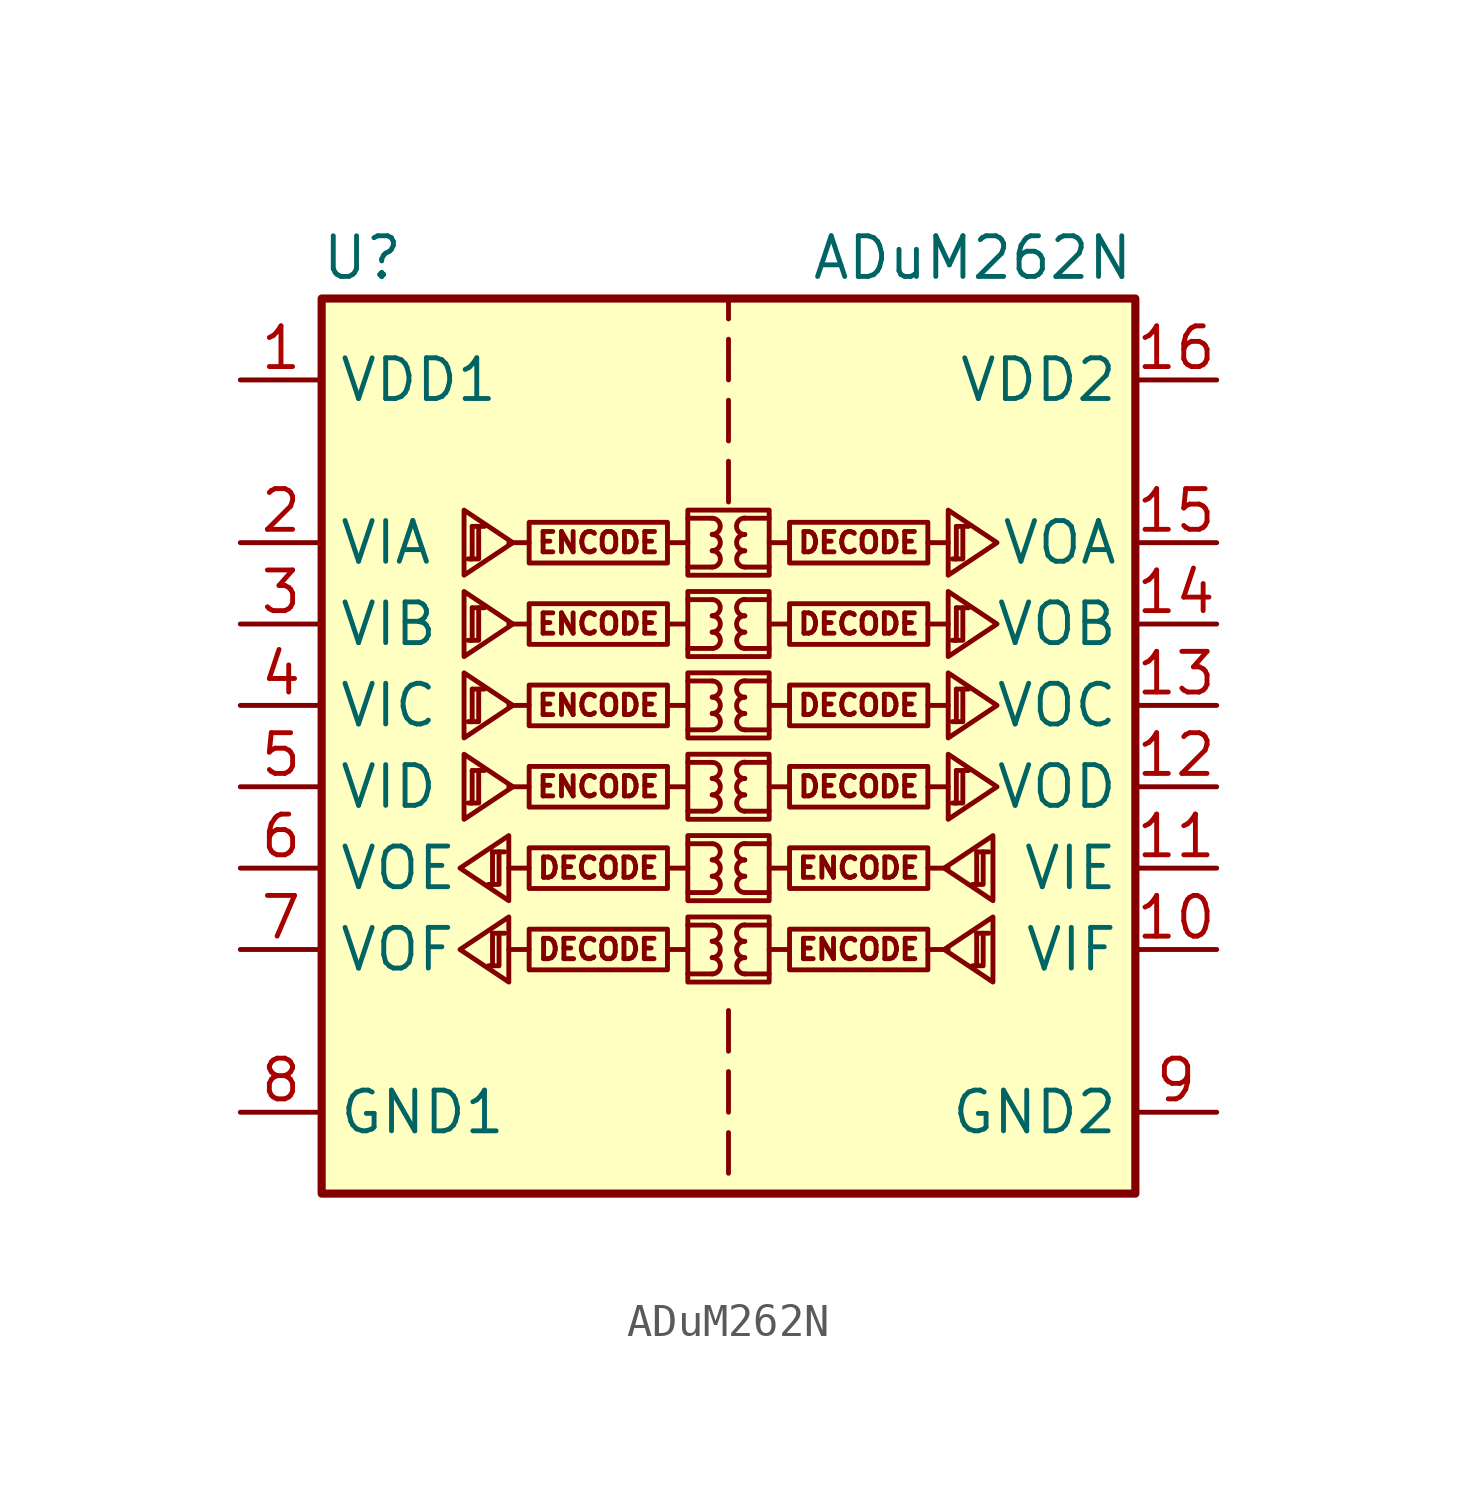
<source format=kicad_sym>
(kicad_symbol_lib
  (version 20201005)
  (generator kicad_symbol_editor)
  (symbol "Isolator_Digital:ADuM262N"
    (property "Reference" "U"
      (at -11.43 16.51 0)
      (effects (font (size 1.27 1.27))))
    (property "Value" "ADuM262N"
      (at 7.62 16.51 0)
      (effects (font (size 1.27 1.27))))
    (symbol "ADuM262N_1_0"
      (arc (start -0.508 -5.842) (end -0.508 -5.334) (radius (at -0.508 -5.588) (length 0.254) (angles -89.9 89.9)) (stroke (width 0)) (fill (type none)))
      (arc (start -0.508 -5.334) (end -0.508 -4.826) (radius (at -0.508 -5.08) (length 0.254) (angles -89.9 89.9)) (stroke (width 0)) (fill (type none)))
      (arc (start -0.508 -4.826) (end -0.508 -4.318) (radius (at -0.508 -4.572) (length 0.254) (angles -89.9 89.9)) (stroke (width 0)) (fill (type none)))
      (arc (start -0.508 -3.302) (end -0.508 -2.794) (radius (at -0.508 -3.048) (length 0.254) (angles -89.9 89.9)) (stroke (width 0)) (fill (type none)))
      (arc (start -0.508 -2.794) (end -0.508 -2.286) (radius (at -0.508 -2.54) (length 0.254) (angles -89.9 89.9)) (stroke (width 0)) (fill (type none)))
      (arc (start -0.508 -2.286) (end -0.508 -1.778) (radius (at -0.508 -2.032) (length 0.254) (angles -89.9 89.9)) (stroke (width 0)) (fill (type none)))
      (arc (start -0.508 -0.762) (end -0.508 -0.254) (radius (at -0.508 -0.508) (length 0.254) (angles -89.9 89.9)) (stroke (width 0)) (fill (type none)))
      (arc (start -0.508 -0.254) (end -0.508 0.254) (radius (at -0.508 0) (length 0.254) (angles -89.9 89.9)) (stroke (width 0)) (fill (type none)))
      (arc (start -0.508 0.254) (end -0.508 0.762) (radius (at -0.508 0.508) (length 0.254) (angles -89.9 89.9)) (stroke (width 0)) (fill (type none)))
      (arc (start -0.508 1.778) (end -0.508 2.286) (radius (at -0.508 2.032) (length 0.254) (angles -89.9 89.9)) (stroke (width 0)) (fill (type none)))
      (arc (start -0.508 2.286) (end -0.508 2.794) (radius (at -0.508 2.54) (length 0.254) (angles -89.9 89.9)) (stroke (width 0)) (fill (type none)))
      (arc (start -0.508 2.794) (end -0.508 3.302) (radius (at -0.508 3.048) (length 0.254) (angles -89.9 89.9)) (stroke (width 0)) (fill (type none)))
      (arc (start -0.508 4.318) (end -0.508 4.826) (radius (at -0.508 4.572) (length 0.254) (angles -89.9 89.9)) (stroke (width 0)) (fill (type none)))
      (arc (start -0.508 4.826) (end -0.508 5.334) (radius (at -0.508 5.08) (length 0.254) (angles -89.9 89.9)) (stroke (width 0)) (fill (type none)))
      (arc (start -0.508 5.334) (end -0.508 5.842) (radius (at -0.508 5.588) (length 0.254) (angles -89.9 89.9)) (stroke (width 0)) (fill (type none)))
      (arc (start -0.508 6.858) (end -0.508 7.366) (radius (at -0.508 7.112) (length 0.254) (angles -89.9 89.9)) (stroke (width 0)) (fill (type none)))
      (arc (start -0.508 7.366) (end -0.508 7.874) (radius (at -0.508 7.62) (length 0.254) (angles -89.9 89.9)) (stroke (width 0)) (fill (type none)))
      (arc (start -0.508 7.874) (end -0.508 8.382) (radius (at -0.508 8.128) (length 0.254) (angles -89.9 89.9)) (stroke (width 0)) (fill (type none)))
      (arc (start 0.508 -5.334) (end 0.508 -5.842) (radius (at 0.508 -5.588) (length 0.254) (angles 90.1 -90.1)) (stroke (width 0)) (fill (type none)))
      (arc (start 0.508 -4.826) (end 0.508 -5.334) (radius (at 0.508 -5.08) (length 0.254) (angles 90.1 -90.1)) (stroke (width 0)) (fill (type none)))
      (arc (start 0.508 -4.318) (end 0.508 -4.826) (radius (at 0.508 -4.572) (length 0.254) (angles 90.1 -90.1)) (stroke (width 0)) (fill (type none)))
      (arc (start 0.508 -2.794) (end 0.508 -3.302) (radius (at 0.508 -3.048) (length 0.254) (angles 90.1 -90.1)) (stroke (width 0)) (fill (type none)))
      (arc (start 0.508 -2.286) (end 0.508 -2.794) (radius (at 0.508 -2.54) (length 0.254) (angles 90.1 -90.1)) (stroke (width 0)) (fill (type none)))
      (arc (start 0.508 -1.778) (end 0.508 -2.286) (radius (at 0.508 -2.032) (length 0.254) (angles 90.1 -90.1)) (stroke (width 0)) (fill (type none)))
      (arc (start 0.508 -0.254) (end 0.508 -0.762) (radius (at 0.508 -0.508) (length 0.254) (angles 90.1 -90.1)) (stroke (width 0)) (fill (type none)))
      (arc (start 0.508 0.254) (end 0.508 -0.254) (radius (at 0.508 0) (length 0.254) (angles 90.1 -90.1)) (stroke (width 0)) (fill (type none)))
      (arc (start 0.508 0.762) (end 0.508 0.254) (radius (at 0.508 0.508) (length 0.254) (angles 90.1 -90.1)) (stroke (width 0)) (fill (type none)))
      (arc (start 0.508 2.286) (end 0.508 1.778) (radius (at 0.508 2.032) (length 0.254) (angles 90.1 -90.1)) (stroke (width 0)) (fill (type none)))
      (arc (start 0.508 2.794) (end 0.508 2.286) (radius (at 0.508 2.54) (length 0.254) (angles 90.1 -90.1)) (stroke (width 0)) (fill (type none)))
      (arc (start 0.508 3.302) (end 0.508 2.794) (radius (at 0.508 3.048) (length 0.254) (angles 90.1 -90.1)) (stroke (width 0)) (fill (type none)))
      (arc (start 0.508 4.826) (end 0.508 4.318) (radius (at 0.508 4.572) (length 0.254) (angles 90.1 -90.1)) (stroke (width 0)) (fill (type none)))
      (arc (start 0.508 5.334) (end 0.508 4.826) (radius (at 0.508 5.08) (length 0.254) (angles 90.1 -90.1)) (stroke (width 0)) (fill (type none)))
      (arc (start 0.508 5.842) (end 0.508 5.334) (radius (at 0.508 5.588) (length 0.254) (angles 90.1 -90.1)) (stroke (width 0)) (fill (type none)))
      (arc (start 0.508 7.366) (end 0.508 6.858) (radius (at 0.508 7.112) (length 0.254) (angles 90.1 -90.1)) (stroke (width 0)) (fill (type none)))
      (arc (start 0.508 7.874) (end 0.508 7.366) (radius (at 0.508 7.62) (length 0.254) (angles 90.1 -90.1)) (stroke (width 0)) (fill (type none)))
      (arc (start 0.508 8.382) (end 0.508 7.874) (radius (at 0.508 8.128) (length 0.254) (angles 90.1 -90.1)) (stroke (width 0)) (fill (type none)))
      (text "DECODE" (at -4.064 -5.08 0) (effects (font (size 0.635 0.635))))
      (text "DECODE" (at -4.064 -2.54 0) (effects (font (size 0.635 0.635))))
      (text "DECODE" (at 4.064 0 0) (effects (font (size 0.635 0.635))))
      (text "DECODE" (at 4.064 2.54 0) (effects (font (size 0.635 0.635))))
      (text "DECODE" (at 4.064 5.08 0) (effects (font (size 0.635 0.635))))
      (text "DECODE" (at 4.064 7.62 0) (effects (font (size 0.635 0.635))))
      (text "ENCODE" (at -4.064 0 0) (effects (font (size 0.635 0.635))))
      (text "ENCODE" (at -4.064 2.54 0) (effects (font (size 0.635 0.635))))
      (text "ENCODE" (at -4.064 5.08 0) (effects (font (size 0.635 0.635))))
      (text "ENCODE" (at -4.064 7.62 0) (effects (font (size 0.635 0.635))))
      (text "ENCODE" (at 4.064 -5.08 0) (effects (font (size 0.635 0.635))))
      (text "ENCODE" (at 4.064 -2.54 0) (effects (font (size 0.635 0.635))))
      (rectangle (start -1.27 -4.064) (end 1.27 -6.096) (stroke (width 0)) (fill (type none)))
      (rectangle (start -1.27 -1.524) (end 1.27 -3.556) (stroke (width 0)) (fill (type none)))
      (rectangle (start -1.27 1.016) (end 1.27 -1.016) (stroke (width 0)) (fill (type none)))
      (rectangle (start -1.27 3.556) (end 1.27 1.524) (stroke (width 0)) (fill (type none)))
      (rectangle (start -1.27 6.096) (end 1.27 4.064) (stroke (width 0)) (fill (type none)))
      (rectangle (start -1.27 8.636) (end 1.27 6.604) (stroke (width 0)) (fill (type none)))
      (rectangle (start 1.905 -4.445) (end 6.223 -5.715) (stroke (width 0)) (fill (type none)))
      (rectangle (start 1.905 -1.905) (end 6.223 -3.175) (stroke (width 0)) (fill (type none)))
      (rectangle (start 1.905 0.635) (end 6.223 -0.635) (stroke (width 0)) (fill (type none)))
      (rectangle (start 1.905 3.175) (end 6.223 1.905) (stroke (width 0)) (fill (type none)))
      (rectangle (start 1.905 5.715) (end 6.223 4.445) (stroke (width 0)) (fill (type none)))
      (rectangle (start 1.905 8.255) (end 6.223 6.985) (stroke (width 0)) (fill (type none)))
      (polyline (pts (xy -6.223 -5.08) (xy -6.858 -5.08)) (stroke (width 0)) (fill (type none)))
      (polyline (pts (xy -6.223 -2.54) (xy -6.858 -2.54)) (stroke (width 0)) (fill (type none)))
      (polyline (pts (xy -6.223 0) (xy -6.858 0)) (stroke (width 0)) (fill (type none)))
      (polyline (pts (xy -6.223 2.54) (xy -6.858 2.54)) (stroke (width 0)) (fill (type none)))
      (polyline (pts (xy -6.223 5.08) (xy -6.858 5.08)) (stroke (width 0)) (fill (type none)))
      (polyline (pts (xy -6.223 7.62) (xy -6.858 7.62)) (stroke (width 0)) (fill (type none)))
      (polyline (pts (xy -1.905 -5.08) (xy -1.27 -5.08)) (stroke (width 0)) (fill (type none)))
      (polyline (pts (xy -1.905 -2.54) (xy -1.27 -2.54)) (stroke (width 0)) (fill (type none)))
      (polyline (pts (xy -1.905 0) (xy -1.27 0)) (stroke (width 0)) (fill (type none)))
      (polyline (pts (xy -1.905 2.54) (xy -1.27 2.54)) (stroke (width 0)) (fill (type none)))
      (polyline (pts (xy -1.905 5.08) (xy -1.27 5.08)) (stroke (width 0)) (fill (type none)))
      (polyline (pts (xy -1.905 7.62) (xy -1.27 7.62)) (stroke (width 0)) (fill (type none)))
      (polyline (pts (xy -1.27 -5.842) (xy -0.508 -5.842)) (stroke (width 0)) (fill (type none)))
      (polyline (pts (xy -1.27 -4.318) (xy -0.508 -4.318)) (stroke (width 0)) (fill (type none)))
      (polyline (pts (xy -1.27 -3.302) (xy -0.508 -3.302)) (stroke (width 0)) (fill (type none)))
      (polyline (pts (xy -1.27 -1.778) (xy -0.508 -1.778)) (stroke (width 0)) (fill (type none)))
      (polyline (pts (xy -1.27 -0.762) (xy -0.508 -0.762)) (stroke (width 0)) (fill (type none)))
      (polyline (pts (xy -1.27 0.762) (xy -0.508 0.762)) (stroke (width 0)) (fill (type none)))
      (polyline (pts (xy -1.27 1.778) (xy -0.508 1.778)) (stroke (width 0)) (fill (type none)))
      (polyline (pts (xy -1.27 3.302) (xy -0.508 3.302)) (stroke (width 0)) (fill (type none)))
      (polyline (pts (xy -1.27 4.318) (xy -0.508 4.318)) (stroke (width 0)) (fill (type none)))
      (polyline (pts (xy -1.27 5.842) (xy -0.508 5.842)) (stroke (width 0)) (fill (type none)))
      (polyline (pts (xy -1.27 6.858) (xy -0.508 6.858)) (stroke (width 0)) (fill (type none)))
      (polyline (pts (xy -1.27 8.382) (xy -0.508 8.382)) (stroke (width 0)) (fill (type none)))
      (polyline (pts (xy 0 -10.795) (xy 0 -12.065)) (stroke (width 0)) (fill (type none)))
      (polyline (pts (xy 0 -8.89) (xy 0 -10.16)) (stroke (width 0)) (fill (type none)))
      (polyline (pts (xy 0 -6.985) (xy 0 -8.255)) (stroke (width 0)) (fill (type none)))
      (polyline (pts (xy 0 8.89) (xy 0 10.16)) (stroke (width 0)) (fill (type none)))
      (polyline (pts (xy 0 10.795) (xy 0 12.065)) (stroke (width 0)) (fill (type none)))
      (polyline (pts (xy 0 12.7) (xy 0 13.97)) (stroke (width 0)) (fill (type none)))
      (polyline (pts (xy 0 15.24) (xy 0 14.605)) (stroke (width 0)) (fill (type none)))
      (polyline (pts (xy 1.27 -5.842) (xy 0.508 -5.842)) (stroke (width 0)) (fill (type none)))
      (polyline (pts (xy 1.27 -4.318) (xy 0.508 -4.318)) (stroke (width 0)) (fill (type none)))
      (polyline (pts (xy 1.27 -3.302) (xy 0.508 -3.302)) (stroke (width 0)) (fill (type none)))
      (polyline (pts (xy 1.27 -1.778) (xy 0.508 -1.778)) (stroke (width 0)) (fill (type none)))
      (polyline (pts (xy 1.27 -0.762) (xy 0.508 -0.762)) (stroke (width 0)) (fill (type none)))
      (polyline (pts (xy 1.27 0.762) (xy 0.508 0.762)) (stroke (width 0)) (fill (type none)))
      (polyline (pts (xy 1.27 1.778) (xy 0.508 1.778)) (stroke (width 0)) (fill (type none)))
      (polyline (pts (xy 1.27 3.302) (xy 0.508 3.302)) (stroke (width 0)) (fill (type none)))
      (polyline (pts (xy 1.27 4.318) (xy 0.508 4.318)) (stroke (width 0)) (fill (type none)))
      (polyline (pts (xy 1.27 5.842) (xy 0.508 5.842)) (stroke (width 0)) (fill (type none)))
      (polyline (pts (xy 1.27 6.858) (xy 0.508 6.858)) (stroke (width 0)) (fill (type none)))
      (polyline (pts (xy 1.27 8.382) (xy 0.508 8.382)) (stroke (width 0)) (fill (type none)))
      (polyline (pts (xy 1.905 -5.08) (xy 1.27 -5.08)) (stroke (width 0)) (fill (type none)))
      (polyline (pts (xy 1.905 -2.54) (xy 1.27 -2.54)) (stroke (width 0)) (fill (type none)))
      (polyline (pts (xy 1.905 0) (xy 1.27 0)) (stroke (width 0)) (fill (type none)))
      (polyline (pts (xy 1.905 2.54) (xy 1.27 2.54)) (stroke (width 0)) (fill (type none)))
      (polyline (pts (xy 1.905 5.08) (xy 1.27 5.08)) (stroke (width 0)) (fill (type none)))
      (polyline (pts (xy 1.905 7.62) (xy 1.27 7.62)) (stroke (width 0)) (fill (type none)))
      (polyline (pts (xy 6.223 -5.08) (xy 6.858 -5.08)) (stroke (width 0)) (fill (type none)))
      (polyline (pts (xy 6.223 -2.54) (xy 6.858 -2.54)) (stroke (width 0)) (fill (type none)))
      (polyline (pts (xy 6.223 0) (xy 6.858 0)) (stroke (width 0)) (fill (type none)))
      (polyline (pts (xy 6.223 2.54) (xy 6.858 2.54)) (stroke (width 0)) (fill (type none)))
      (polyline (pts (xy 6.223 5.08) (xy 6.858 5.08)) (stroke (width 0)) (fill (type none)))
      (polyline (pts (xy 6.223 7.62) (xy 6.858 7.62)) (stroke (width 0)) (fill (type none))))
    (symbol "ADuM262N_1_1"
      (rectangle (start -1.905 -4.445) (end -6.223 -5.715) (stroke (width 0)) (fill (type none)))
      (rectangle (start -1.905 -1.905) (end -6.223 -3.175) (stroke (width 0)) (fill (type none)))
      (rectangle (start -1.905 0.635) (end -6.223 -0.635) (stroke (width 0)) (fill (type none)))
      (rectangle (start -1.905 3.175) (end -6.223 1.905) (stroke (width 0)) (fill (type none)))
      (rectangle (start -1.905 5.715) (end -6.223 4.445) (stroke (width 0)) (fill (type none)))
      (rectangle (start -1.905 8.255) (end -6.223 6.985) (stroke (width 0)) (fill (type none)))
      (rectangle (start -12.7 15.24) (end 12.7 -12.7) (stroke (width 0.254)) (fill (type background)))
      (polyline (pts (xy -8.001 0.508) (xy -7.62 0.508)) (stroke (width 0)) (fill (type none)))
      (polyline (pts (xy -8.001 3.048) (xy -7.62 3.048)) (stroke (width 0)) (fill (type none)))
      (polyline (pts (xy -8.001 5.588) (xy -7.62 5.588)) (stroke (width 0)) (fill (type none)))
      (polyline (pts (xy -8.001 8.128) (xy -7.62 8.128)) (stroke (width 0)) (fill (type none)))
      (polyline (pts (xy -7.366 -4.572) (xy -6.985 -4.572)) (stroke (width 0)) (fill (type none)))
      (polyline (pts (xy -7.366 -2.032) (xy -6.985 -2.032)) (stroke (width 0)) (fill (type none)))
      (polyline (pts (xy 7.112 0.508) (xy 7.493 0.508)) (stroke (width 0)) (fill (type none)))
      (polyline (pts (xy 7.112 3.048) (xy 7.493 3.048)) (stroke (width 0)) (fill (type none)))
      (polyline (pts (xy 7.112 5.588) (xy 7.493 5.588)) (stroke (width 0)) (fill (type none)))
      (polyline (pts (xy 7.112 8.128) (xy 7.493 8.128)) (stroke (width 0)) (fill (type none)))
      (polyline (pts (xy 7.747 -4.572) (xy 8.128 -4.572)) (stroke (width 0)) (fill (type none)))
      (polyline (pts (xy 7.747 -2.032) (xy 8.128 -2.032)) (stroke (width 0)) (fill (type none)))
      (polyline (pts (xy -8.052 -0.508) (xy -7.798 -0.508) (xy -7.798 0.508)) (stroke (width 0)) (fill (type none)))
      (polyline (pts (xy -8.052 2.032) (xy -7.798 2.032) (xy -7.798 3.048)) (stroke (width 0)) (fill (type none)))
      (polyline (pts (xy -8.052 4.572) (xy -7.798 4.572) (xy -7.798 5.588)) (stroke (width 0)) (fill (type none)))
      (polyline (pts (xy -8.052 7.112) (xy -7.798 7.112) (xy -7.798 8.128)) (stroke (width 0)) (fill (type none)))
      (polyline (pts (xy -8.001 0.508) (xy -8.001 -0.508) (xy -8.128 -0.508)) (stroke (width 0)) (fill (type none)))
      (polyline (pts (xy -8.001 3.048) (xy -8.001 2.032) (xy -8.128 2.032)) (stroke (width 0)) (fill (type none)))
      (polyline (pts (xy -8.001 5.588) (xy -8.001 4.572) (xy -8.128 4.572)) (stroke (width 0)) (fill (type none)))
      (polyline (pts (xy -8.001 8.128) (xy -8.001 7.112) (xy -8.128 7.112)) (stroke (width 0)) (fill (type none)))
      (polyline (pts (xy -7.417 -5.588) (xy -7.163 -5.588) (xy -7.163 -4.572)) (stroke (width 0)) (fill (type none)))
      (polyline (pts (xy -7.417 -3.048) (xy -7.163 -3.048) (xy -7.163 -2.032)) (stroke (width 0)) (fill (type none)))
      (polyline (pts (xy -7.366 -4.572) (xy -7.366 -5.588) (xy -7.493 -5.588)) (stroke (width 0)) (fill (type none)))
      (polyline (pts (xy -7.366 -2.032) (xy -7.366 -3.048) (xy -7.493 -3.048)) (stroke (width 0)) (fill (type none)))
      (polyline (pts (xy 7.061 -0.508) (xy 7.315 -0.508) (xy 7.315 0.508)) (stroke (width 0)) (fill (type none)))
      (polyline (pts (xy 7.061 2.032) (xy 7.315 2.032) (xy 7.315 3.048)) (stroke (width 0)) (fill (type none)))
      (polyline (pts (xy 7.061 4.572) (xy 7.315 4.572) (xy 7.315 5.588)) (stroke (width 0)) (fill (type none)))
      (polyline (pts (xy 7.061 7.112) (xy 7.315 7.112) (xy 7.315 8.128)) (stroke (width 0)) (fill (type none)))
      (polyline (pts (xy 7.112 0.508) (xy 7.112 -0.508) (xy 6.985 -0.508)) (stroke (width 0)) (fill (type none)))
      (polyline (pts (xy 7.112 3.048) (xy 7.112 2.032) (xy 6.985 2.032)) (stroke (width 0)) (fill (type none)))
      (polyline (pts (xy 7.112 5.588) (xy 7.112 4.572) (xy 6.985 4.572)) (stroke (width 0)) (fill (type none)))
      (polyline (pts (xy 7.112 8.128) (xy 7.112 7.112) (xy 6.985 7.112)) (stroke (width 0)) (fill (type none)))
      (polyline (pts (xy 7.696 -5.588) (xy 7.95 -5.588) (xy 7.95 -4.572)) (stroke (width 0)) (fill (type none)))
      (polyline (pts (xy 7.696 -3.048) (xy 7.95 -3.048) (xy 7.95 -2.032)) (stroke (width 0)) (fill (type none)))
      (polyline (pts (xy 7.747 -4.572) (xy 7.747 -5.588) (xy 7.62 -5.588)) (stroke (width 0)) (fill (type none)))
      (polyline (pts (xy 7.747 -2.032) (xy 7.747 -3.048) (xy 7.62 -3.048)) (stroke (width 0)) (fill (type none)))
      (polyline (pts (xy -8.382 -5.08) (xy -6.858 -4.064) (xy -6.858 -6.096) (xy -8.382 -5.08)) (stroke (width 0)) (fill (type none)))
      (polyline (pts (xy -8.382 -2.54) (xy -6.858 -1.524) (xy -6.858 -3.556) (xy -8.382 -2.54)) (stroke (width 0)) (fill (type none)))
      (polyline (pts (xy -6.731 0) (xy -8.255 1.016) (xy -8.255 -1.016) (xy -6.731 0)) (stroke (width 0)) (fill (type none)))
      (polyline (pts (xy -6.731 2.54) (xy -8.255 3.556) (xy -8.255 1.524) (xy -6.731 2.54)) (stroke (width 0)) (fill (type none)))
      (polyline (pts (xy -6.731 5.08) (xy -8.255 6.096) (xy -8.255 4.064) (xy -6.731 5.08)) (stroke (width 0)) (fill (type none)))
      (polyline (pts (xy -6.731 7.62) (xy -8.255 8.636) (xy -8.255 6.604) (xy -6.731 7.62)) (stroke (width 0)) (fill (type none)))
      (polyline (pts (xy 6.731 -5.08) (xy 8.255 -4.064) (xy 8.255 -6.096) (xy 6.731 -5.08)) (stroke (width 0)) (fill (type none)))
      (polyline (pts (xy 6.731 -2.54) (xy 8.255 -1.524) (xy 8.255 -3.556) (xy 6.731 -2.54)) (stroke (width 0)) (fill (type none)))
      (polyline (pts (xy 8.382 0) (xy 6.858 1.016) (xy 6.858 -1.016) (xy 8.382 0)) (stroke (width 0)) (fill (type none)))
      (polyline (pts (xy 8.382 2.54) (xy 6.858 3.556) (xy 6.858 1.524) (xy 8.382 2.54)) (stroke (width 0)) (fill (type none)))
      (polyline (pts (xy 8.382 5.08) (xy 6.858 6.096) (xy 6.858 4.064) (xy 8.382 5.08)) (stroke (width 0)) (fill (type none)))
      (polyline (pts (xy 8.382 7.62) (xy 6.858 8.636) (xy 6.858 6.604) (xy 8.382 7.62)) (stroke (width 0)) (fill (type none)))
      (pin power_in line (at -15.24 12.7 0) (length 2.54) (name "VDD1" (effects (font (size 1.27 1.27)))) (number "1" (effects (font (size 1.27 1.27)))))
      (pin input line (at 15.24 -5.08 180) (length 2.54) (name "VIF" (effects (font (size 1.27 1.27)))) (number "10" (effects (font (size 1.27 1.27)))))
      (pin input line (at 15.24 -2.54 180) (length 2.54) (name "VIE" (effects (font (size 1.27 1.27)))) (number "11" (effects (font (size 1.27 1.27)))))
      (pin output line (at 15.24 0 180) (length 2.54) (name "VOD" (effects (font (size 1.27 1.27)))) (number "12" (effects (font (size 1.27 1.27)))))
      (pin output line (at 15.24 2.54 180) (length 2.54) (name "VOC" (effects (font (size 1.27 1.27)))) (number "13" (effects (font (size 1.27 1.27)))))
      (pin output line (at 15.24 5.08 180) (length 2.54) (name "VOB" (effects (font (size 1.27 1.27)))) (number "14" (effects (font (size 1.27 1.27)))))
      (pin output line (at 15.24 7.62 180) (length 2.54) (name "VOA" (effects (font (size 1.27 1.27)))) (number "15" (effects (font (size 1.27 1.27)))))
      (pin power_in line (at 15.24 12.7 180) (length 2.54) (name "VDD2" (effects (font (size 1.27 1.27)))) (number "16" (effects (font (size 1.27 1.27)))))
      (pin input line (at -15.24 7.62 0) (length 2.54) (name "VIA" (effects (font (size 1.27 1.27)))) (number "2" (effects (font (size 1.27 1.27)))))
      (pin input line (at -15.24 5.08 0) (length 2.54) (name "VIB" (effects (font (size 1.27 1.27)))) (number "3" (effects (font (size 1.27 1.27)))))
      (pin input line (at -15.24 2.54 0) (length 2.54) (name "VIC" (effects (font (size 1.27 1.27)))) (number "4" (effects (font (size 1.27 1.27)))))
      (pin input line (at -15.24 0 0) (length 2.54) (name "VID" (effects (font (size 1.27 1.27)))) (number "5" (effects (font (size 1.27 1.27)))))
      (pin output line (at -15.24 -2.54 0) (length 2.54) (name "VOE" (effects (font (size 1.27 1.27)))) (number "6" (effects (font (size 1.27 1.27)))))
      (pin output line (at -15.24 -5.08 0) (length 2.54) (name "VOF" (effects (font (size 1.27 1.27)))) (number "7" (effects (font (size 1.27 1.27)))))
      (pin power_in line (at -15.24 -10.16 0) (length 2.54) (name "GND1" (effects (font (size 1.27 1.27)))) (number "8" (effects (font (size 1.27 1.27)))))
      (pin power_in line (at 15.24 -10.16 180) (length 2.54) (name "GND2" (effects (font (size 1.27 1.27)))) (number "9" (effects (font (size 1.27 1.27))))))))
</source>
